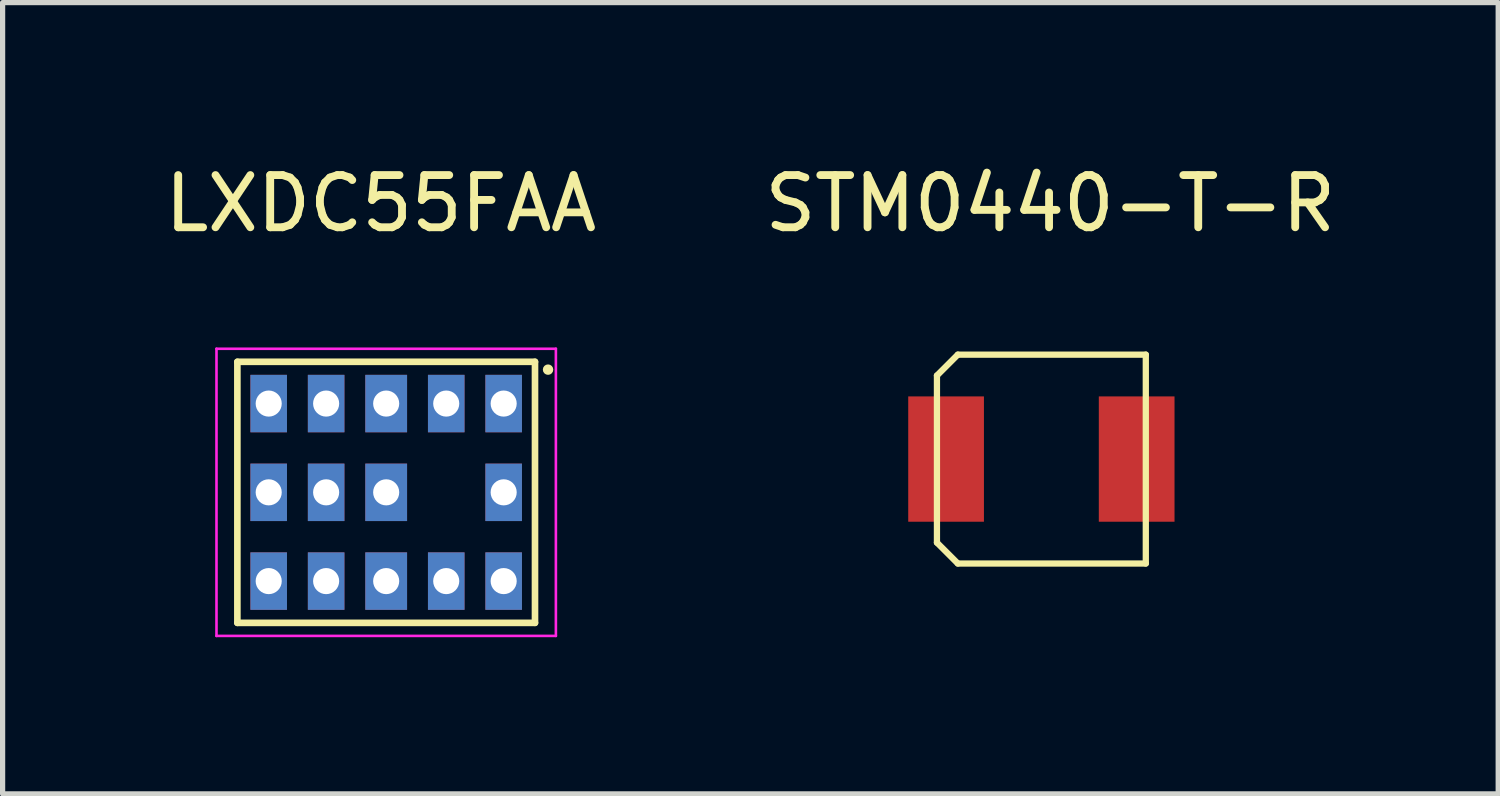
<source format=kicad_pcb>
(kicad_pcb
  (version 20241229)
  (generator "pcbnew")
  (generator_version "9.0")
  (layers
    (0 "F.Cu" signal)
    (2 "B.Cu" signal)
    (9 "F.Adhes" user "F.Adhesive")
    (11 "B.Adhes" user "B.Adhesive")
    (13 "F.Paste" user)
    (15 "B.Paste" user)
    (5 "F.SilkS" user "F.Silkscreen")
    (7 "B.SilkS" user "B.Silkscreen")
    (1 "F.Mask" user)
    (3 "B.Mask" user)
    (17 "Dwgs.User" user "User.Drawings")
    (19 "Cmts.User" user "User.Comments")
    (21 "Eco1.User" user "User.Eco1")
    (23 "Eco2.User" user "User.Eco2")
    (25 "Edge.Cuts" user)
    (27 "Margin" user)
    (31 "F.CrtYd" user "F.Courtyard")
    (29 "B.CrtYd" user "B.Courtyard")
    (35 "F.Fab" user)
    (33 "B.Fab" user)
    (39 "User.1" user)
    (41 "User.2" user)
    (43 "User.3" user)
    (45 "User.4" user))
  (footprint "LXDC55FAA"
    (layer "F.Cu")
    (at 4.244 1.348)
    (property "Reference" "LXDC55FAA" (at 0 -0.5 0) (unlocked yes) (layer "F.SilkS") (effects (font (size 1 1) (thickness 0.15))))
    (attr smd)
    (fp_line (start -2.748 2.531) (end 2.952 2.531) (stroke (width 0.127) (type solid)) (layer "F.SilkS"))
    (fp_line (start -2.748 7.531) (end -2.748 2.531) (stroke (width 0.127) (type solid)) (layer "F.SilkS"))
    (fp_line (start 2.952 2.531) (end 2.952 7.531) (stroke (width 0.127) (type solid)) (layer "F.SilkS"))
    (fp_line (start 2.952 7.531) (end -2.748 7.531) (stroke (width 0.127) (type solid)) (layer "F.SilkS"))
    (fp_circle (center 3.202 2.681) (end 3.252 2.681) (stroke (width 0.1) (type solid)) (fill no) (layer "F.SilkS"))
    (fp_line (start -3.148 2.281) (end 3.352 2.281) (stroke (width 0.05) (type solid)) (layer "F.CrtYd"))
    (fp_line (start -3.148 7.781) (end -3.148 2.281) (stroke (width 0.05) (type solid)) (layer "F.CrtYd"))
    (fp_line (start 3.352 2.281) (end 3.352 7.781) (stroke (width 0.05) (type solid)) (layer "F.CrtYd"))
    (fp_line (start 3.352 7.781) (end -3.148 7.781) (stroke (width 0.05) (type solid)) (layer "F.CrtYd"))
    (pad "1" thru_hole rect (at 2.352 3.331) (size 0.7 1.1) (drill 0.5) (layers "*.Cu" "*.Mask"))
    (pad "2" thru_hole rect (at 1.252 3.331) (size 0.7 1.1) (drill 0.5) (layers "*.Cu" "*.Mask"))
    (pad "3" thru_hole rect (at 0.102 3.331) (size 0.8 1.1) (drill 0.5) (layers "*.Cu" "*.Mask"))
    (pad "4" thru_hole rect (at -1.048 3.331) (size 0.7 1.1) (drill 0.5) (layers "*.Cu" "*.Mask"))
    (pad "5" thru_hole rect (at -2.148 3.331) (size 0.7 1.1) (drill 0.5) (layers "*.Cu" "*.Mask"))
    (pad "6" thru_hole rect (at -2.148 5.031) (size 0.7 1.1) (drill 0.5) (layers "*.Cu" "*.Mask"))
    (pad "7" thru_hole rect (at -2.148 6.731) (size 0.7 1.1) (drill 0.5) (layers "*.Cu" "*.Mask"))
    (pad "8" thru_hole rect (at -1.048 6.731) (size 0.7 1.1) (drill 0.5) (layers "*.Cu" "*.Mask"))
    (pad "9" thru_hole rect (at 0.102 6.731) (size 0.8 1.1) (drill 0.5) (layers "*.Cu" "*.Mask"))
    (pad "10" thru_hole rect (at 1.252 6.731) (size 0.7 1.1) (drill 0.5) (layers "*.Cu" "*.Mask"))
    (pad "11" thru_hole rect (at 2.352 6.731) (size 0.7 1.1) (drill 0.5) (layers "*.Cu" "*.Mask"))
    (pad "12" thru_hole rect (at 2.352 5.031) (size 0.7 1.1) (drill 0.5) (layers "*.Cu" "*.Mask"))
    (pad "13" thru_hole rect (at 0.102 5.031) (size 0.8 1.1) (drill 0.5) (layers "*.Cu" "*.Mask"))
    (pad "14" thru_hole rect (at -1.048 5.031) (size 0.7 1.1) (drill 0.5) (layers "*.Cu" "*.Mask")))
  (footprint "STM0440-T-R"
    (layer "F.Cu")
    (at 17.065 1.348)
    (property "Reference" "STM0440-T-R" (at 0 -0.5 0) (unlocked yes) (layer "F.SilkS") (effects (font (size 1 1) (thickness 0.15))))
    (attr smd)
    (fp_line (start -2.171 2.794) (end -2.171 5.994) (stroke (width 0.12) (type solid)) (layer "F.SilkS"))
    (fp_line (start -2.171 2.794) (end -1.771 2.394) (stroke (width 0.12) (type solid)) (layer "F.SilkS"))
    (fp_line (start -2.171 5.994) (end -1.771 6.394) (stroke (width 0.12) (type solid)) (layer "F.SilkS"))
    (fp_line (start 1.829 2.394) (end -1.771 2.394) (stroke (width 0.12) (type solid)) (layer "F.SilkS"))
    (fp_line (start 1.829 6.394) (end -1.771 6.394) (stroke (width 0.12) (type solid)) (layer "F.SilkS"))
    (fp_line (start 1.829 6.394) (end 1.829 2.394) (stroke (width 0.12) (type solid)) (layer "F.SilkS"))
    (pad "1" smd rect (at -1.996 4.394) (size 1.45 2.4) (layers "F.Cu" "F.Mask" "F.Paste"))
    (pad "2" smd rect (at 1.654 4.394) (size 1.45 2.4) (layers "F.Cu" "F.Mask" "F.Paste")))
  (gr_rect
    (start -3 -3)
    (end 25.643 12.154)
    (stroke (width 0.1) (type default))
    (fill no)
    (layer "Edge.Cuts")))
</source>
